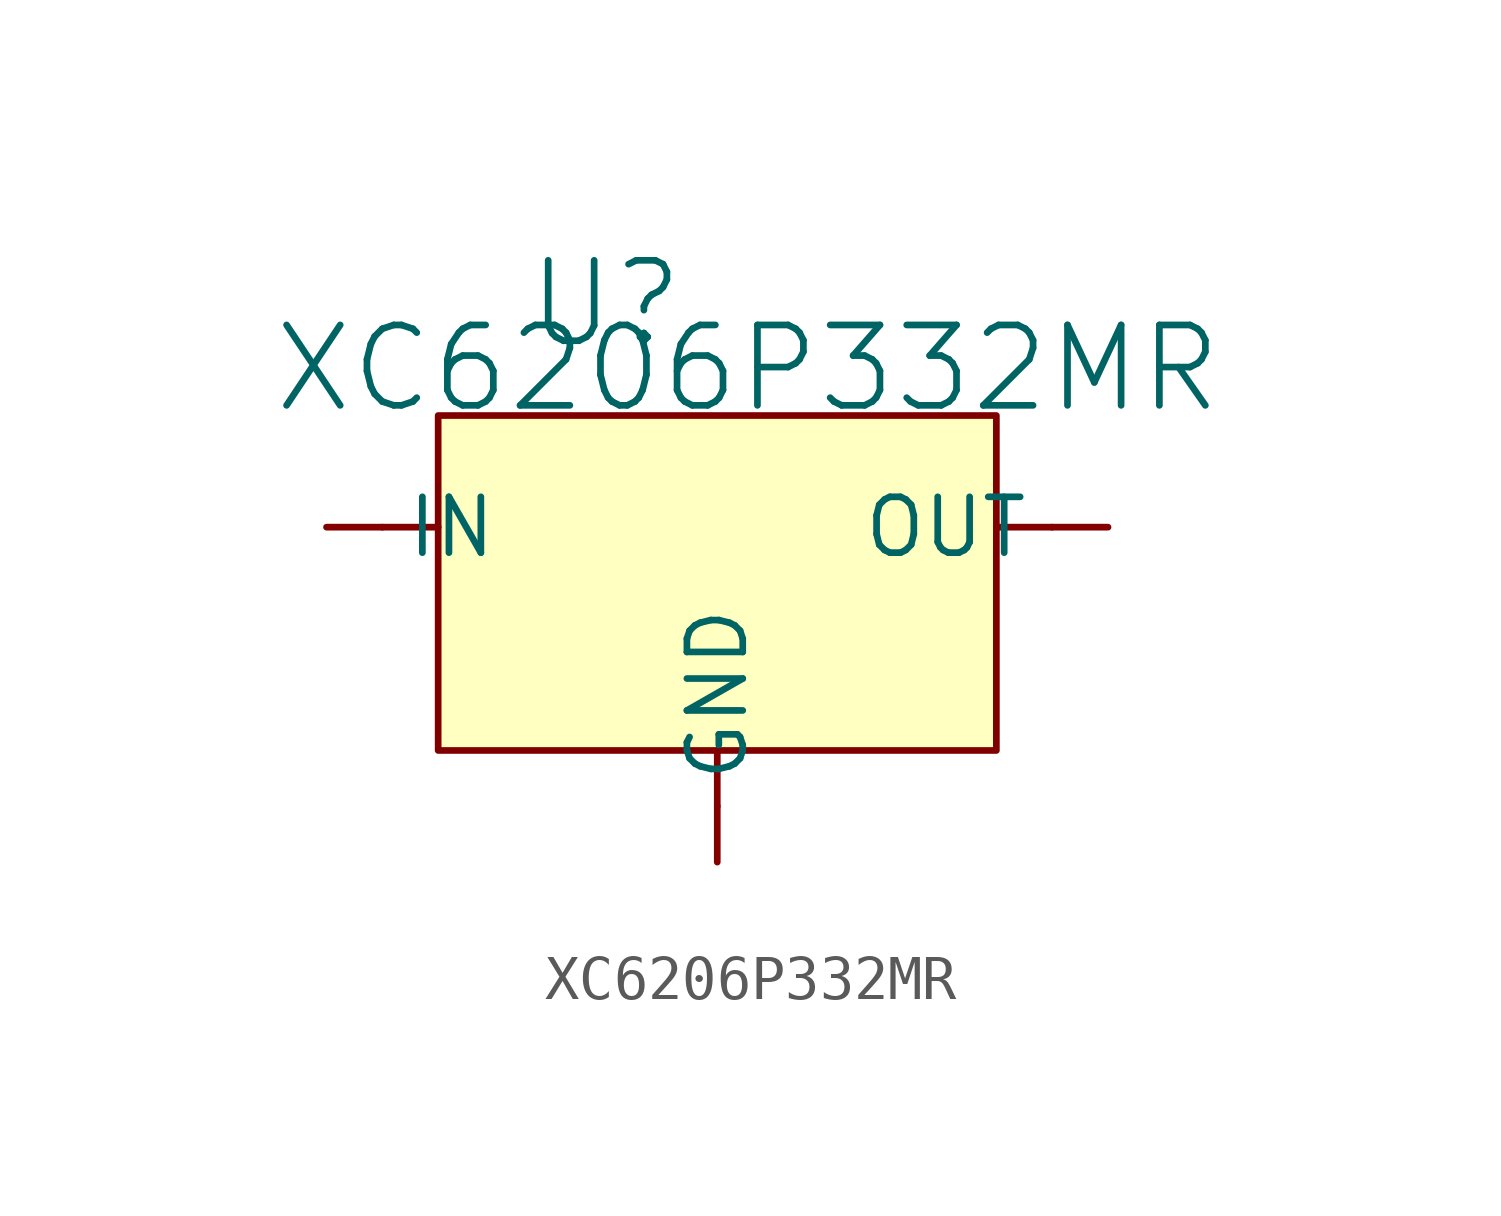
<source format=kicad_sym>
(kicad_symbol_lib
  (version 20241209)
  (generator "kicad_symbol_editor")
  (generator_version "9.0")
  (symbol "XC6206P332MR"
    (pin_numbers
      (hide yes))
    (property "Reference" "U"
      (at -2.54 2.54 0)
      (effects (font (size 1.829 1.829))))
    (property "Value" "XC6206P332MR"
      (at -10.16 0 0)
      (effects (font (size 1.829 1.829)) (justify left bottom)))
    (symbol "XC6206P332MR_1_0"
      (polyline (pts (xy -7.62 -2.54) (xy -6.35 -2.54)) (stroke (width 0) (type solid)) (fill (type none)))
      (polyline (pts (xy 0 -8.89) (xy 0 -7.62)) (stroke (width 0) (type solid)) (fill (type none)))
      (rectangle (start 6.35 0) (end -6.35 -7.62) (stroke (width 0) (type solid) (color 128 0 0 1)) (fill (type background)))
      (polyline (pts (xy 7.62 -2.54) (xy 6.35 -2.54)) (stroke (width 0) (type solid)) (fill (type none)))
      (pin power_in line (at -8.89 -2.54 0) (length 1.27) (name "IN" (effects (font (size 1.27 1.27)))) (number "VIN" (effects (font (size 1.27 1.27)))))
      (pin power_in line (at 0 -10.16 90) (length 1.27) (name "GND" (effects (font (size 1.27 1.27)))) (number "GND" (effects (font (size 1.27 1.27)))))
      (pin power_in line (at 8.89 -2.54 180) (length 1.27) (name "OUT" (effects (font (size 1.27 1.27)))) (number "VOUT" (effects (font (size 1.27 1.27))))))))
</source>
